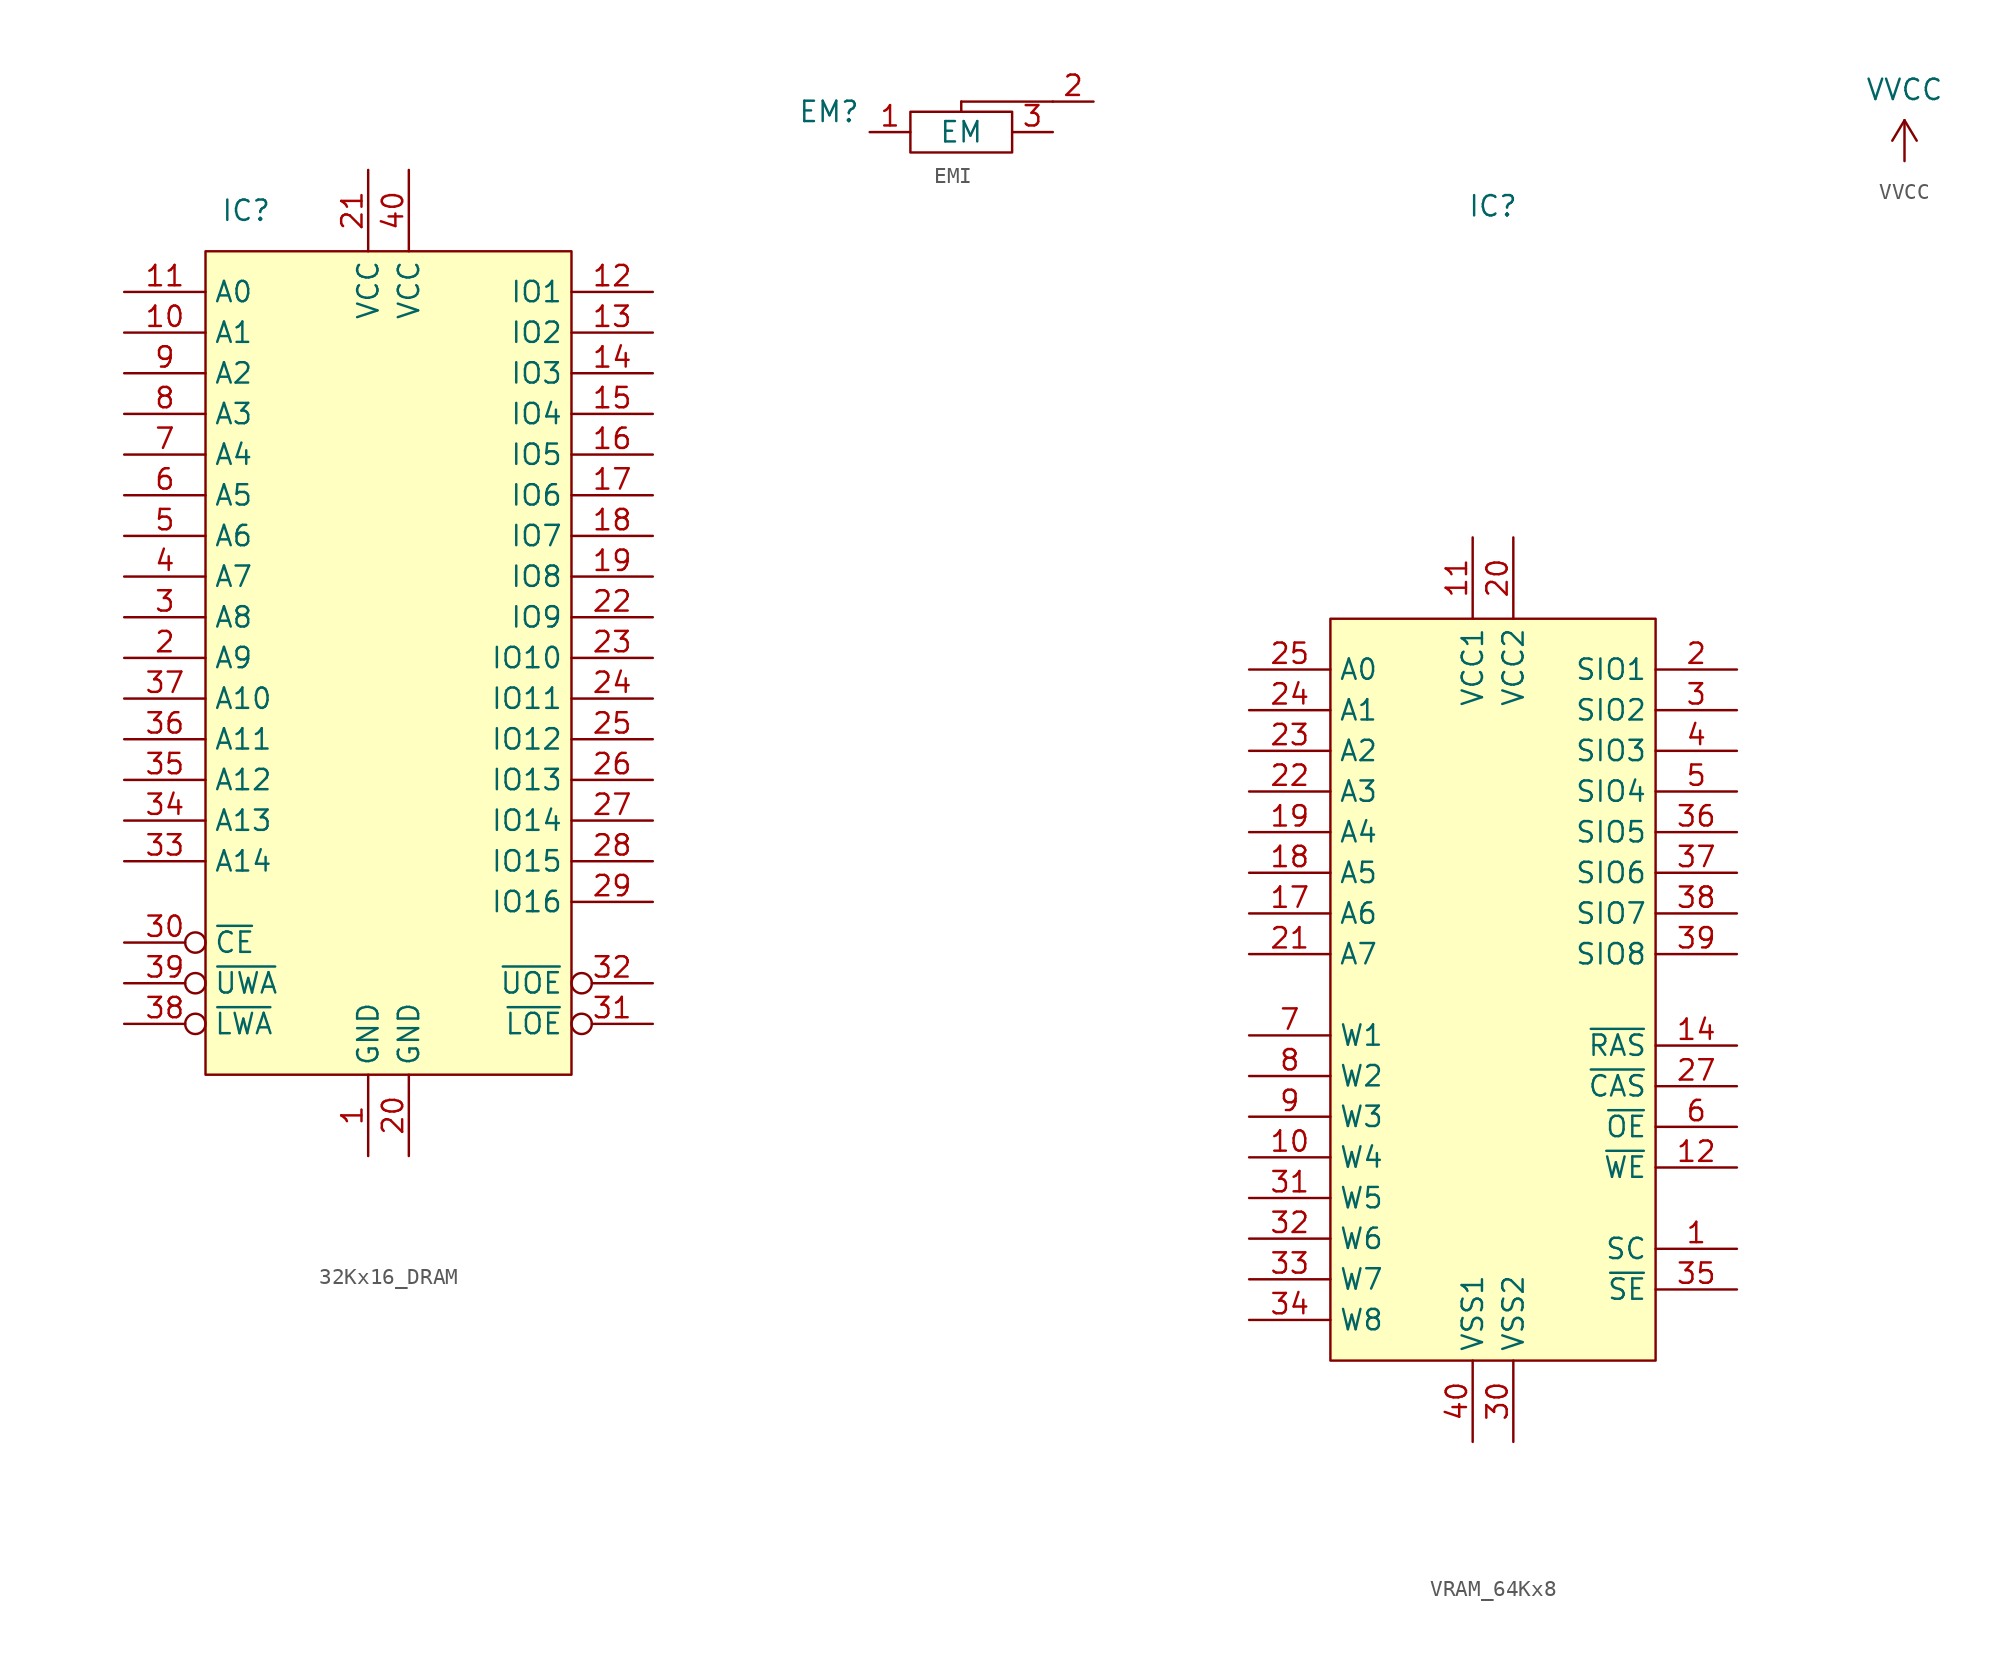
<source format=kicad_sym>
(kicad_symbol_lib
  (version 20241209)
  (generator "kicad_symbol_editor")
  (generator_version "9.0")
  (symbol "32Kx16_DRAM"
    (property "Reference" "IC"
      (at -8.89 22.225 0)
      (effects (font (size 1.27 1.27))))
    (property "Value" ""
      (at 0 0 0)
      (effects (font (size 1.27 1.27))))
    (symbol "32Kx16_DRAM_1_1"
      (rectangle (start -11.43 19.685) (end 11.43 -31.75) (stroke (width 0) (type default)) (fill (type background)))
      (pin input line (at -16.51 17.145 0) (length 5.08) (name "A0" (effects (font (size 1.27 1.27)))) (number "11" (effects (font (size 1.27 1.27)))))
      (pin input line (at -16.51 14.605 0) (length 5.08) (name "A1" (effects (font (size 1.27 1.27)))) (number "10" (effects (font (size 1.27 1.27)))))
      (pin input line (at -16.51 12.065 0) (length 5.08) (name "A2" (effects (font (size 1.27 1.27)))) (number "9" (effects (font (size 1.27 1.27)))))
      (pin input line (at -16.51 9.525 0) (length 5.08) (name "A3" (effects (font (size 1.27 1.27)))) (number "8" (effects (font (size 1.27 1.27)))))
      (pin input line (at -16.51 6.985 0) (length 5.08) (name "A4" (effects (font (size 1.27 1.27)))) (number "7" (effects (font (size 1.27 1.27)))))
      (pin input line (at -16.51 4.445 0) (length 5.08) (name "A5" (effects (font (size 1.27 1.27)))) (number "6" (effects (font (size 1.27 1.27)))))
      (pin input line (at -16.51 1.905 0) (length 5.08) (name "A6" (effects (font (size 1.27 1.27)))) (number "5" (effects (font (size 1.27 1.27)))))
      (pin input line (at -16.51 -0.635 0) (length 5.08) (name "A7" (effects (font (size 1.27 1.27)))) (number "4" (effects (font (size 1.27 1.27)))))
      (pin input line (at -16.51 -3.175 0) (length 5.08) (name "A8" (effects (font (size 1.27 1.27)))) (number "3" (effects (font (size 1.27 1.27)))))
      (pin input line (at -16.51 -5.715 0) (length 5.08) (name "A9" (effects (font (size 1.27 1.27)))) (number "2" (effects (font (size 1.27 1.27)))))
      (pin input line (at -16.51 -8.255 0) (length 5.08) (name "A10" (effects (font (size 1.27 1.27)))) (number "37" (effects (font (size 1.27 1.27)))))
      (pin input line (at -16.51 -10.795 0) (length 5.08) (name "A11" (effects (font (size 1.27 1.27)))) (number "36" (effects (font (size 1.27 1.27)))))
      (pin input line (at -16.51 -13.335 0) (length 5.08) (name "A12" (effects (font (size 1.27 1.27)))) (number "35" (effects (font (size 1.27 1.27)))))
      (pin input line (at -16.51 -15.875 0) (length 5.08) (name "A13" (effects (font (size 1.27 1.27)))) (number "34" (effects (font (size 1.27 1.27)))))
      (pin input line (at -16.51 -18.415 0) (length 5.08) (name "A14" (effects (font (size 1.27 1.27)))) (number "33" (effects (font (size 1.27 1.27)))))
      (pin input inverted (at -16.51 -23.495 0) (length 5.08) (name "~{CE}" (effects (font (size 1.27 1.27)))) (number "30" (effects (font (size 1.27 1.27)))))
      (pin input inverted (at -16.51 -26.035 0) (length 5.08) (name "~{UWA}" (effects (font (size 1.27 1.27)))) (number "39" (effects (font (size 1.27 1.27)))))
      (pin input inverted (at -16.51 -28.575 0) (length 5.08) (name "~{LWA}" (effects (font (size 1.27 1.27)))) (number "38" (effects (font (size 1.27 1.27)))))
      (pin power_in line (at -1.27 24.765 270) (length 5.08) (name "VCC" (effects (font (size 1.27 1.27)))) (number "21" (effects (font (size 1.27 1.27)))))
      (pin input line (at -1.27 -36.83 90) (length 5.08) (name "GND" (effects (font (size 1.27 1.27)))) (number "1" (effects (font (size 1.27 1.27)))))
      (pin power_in line (at 1.27 24.765 270) (length 5.08) (name "VCC" (effects (font (size 1.27 1.27)))) (number "40" (effects (font (size 1.27 1.27)))))
      (pin input line (at 1.27 -36.83 90) (length 5.08) (name "GND" (effects (font (size 1.27 1.27)))) (number "20" (effects (font (size 1.27 1.27)))))
      (pin bidirectional line (at 16.51 17.145 180) (length 5.08) (name "IO1" (effects (font (size 1.27 1.27)))) (number "12" (effects (font (size 1.27 1.27)))))
      (pin bidirectional line (at 16.51 14.605 180) (length 5.08) (name "IO2" (effects (font (size 1.27 1.27)))) (number "13" (effects (font (size 1.27 1.27)))))
      (pin bidirectional line (at 16.51 12.065 180) (length 5.08) (name "IO3" (effects (font (size 1.27 1.27)))) (number "14" (effects (font (size 1.27 1.27)))))
      (pin bidirectional line (at 16.51 9.525 180) (length 5.08) (name "IO4" (effects (font (size 1.27 1.27)))) (number "15" (effects (font (size 1.27 1.27)))))
      (pin bidirectional line (at 16.51 6.985 180) (length 5.08) (name "IO5" (effects (font (size 1.27 1.27)))) (number "16" (effects (font (size 1.27 1.27)))))
      (pin bidirectional line (at 16.51 4.445 180) (length 5.08) (name "IO6" (effects (font (size 1.27 1.27)))) (number "17" (effects (font (size 1.27 1.27)))))
      (pin bidirectional line (at 16.51 1.905 180) (length 5.08) (name "IO7" (effects (font (size 1.27 1.27)))) (number "18" (effects (font (size 1.27 1.27)))))
      (pin bidirectional line (at 16.51 -0.635 180) (length 5.08) (name "IO8" (effects (font (size 1.27 1.27)))) (number "19" (effects (font (size 1.27 1.27)))))
      (pin bidirectional line (at 16.51 -3.175 180) (length 5.08) (name "IO9" (effects (font (size 1.27 1.27)))) (number "22" (effects (font (size 1.27 1.27)))))
      (pin bidirectional line (at 16.51 -5.715 180) (length 5.08) (name "IO10" (effects (font (size 1.27 1.27)))) (number "23" (effects (font (size 1.27 1.27)))))
      (pin bidirectional line (at 16.51 -8.255 180) (length 5.08) (name "IO11" (effects (font (size 1.27 1.27)))) (number "24" (effects (font (size 1.27 1.27)))))
      (pin bidirectional line (at 16.51 -10.795 180) (length 5.08) (name "IO12" (effects (font (size 1.27 1.27)))) (number "25" (effects (font (size 1.27 1.27)))))
      (pin bidirectional line (at 16.51 -13.335 180) (length 5.08) (name "IO13" (effects (font (size 1.27 1.27)))) (number "26" (effects (font (size 1.27 1.27)))))
      (pin bidirectional line (at 16.51 -15.875 180) (length 5.08) (name "IO14" (effects (font (size 1.27 1.27)))) (number "27" (effects (font (size 1.27 1.27)))))
      (pin bidirectional line (at 16.51 -18.415 180) (length 5.08) (name "IO15" (effects (font (size 1.27 1.27)))) (number "28" (effects (font (size 1.27 1.27)))))
      (pin bidirectional line (at 16.51 -20.955 180) (length 5.08) (name "IO16" (effects (font (size 1.27 1.27)))) (number "29" (effects (font (size 1.27 1.27)))))
      (pin input inverted (at 16.51 -26.035 180) (length 5.08) (name "~{UOE}" (effects (font (size 1.27 1.27)))) (number "32" (effects (font (size 1.27 1.27)))))
      (pin input inverted (at 16.51 -28.575 180) (length 5.08) (name "~{LOE}" (effects (font (size 1.27 1.27)))) (number "31" (effects (font (size 1.27 1.27)))))))
  (symbol "EMI"
    (property "Reference" "EM"
      (at -8.255 1.27 0)
      (effects (font (size 1.27 1.27))))
    (property "Value" "EM"
      (at 0 0 0)
      (effects (font (size 1.27 1.27))))
    (symbol "EMI_0_1"
      (rectangle (start -3.175 1.27) (end 3.175 -1.27) (stroke (width 0) (type default)) (fill (type none)))
      (polyline (pts (xy 0 1.905) (xy 5.715 1.905)) (stroke (width 0) (type default)) (fill (type none)))
      (polyline (pts (xy 0 1.27) (xy 0 1.905)) (stroke (width 0) (type default)) (fill (type none))))
    (symbol "EMI_1_1"
      (pin input line (at -5.715 0 0) (length 2.54) (name "" (effects (font (size 1.27 1.27)))) (number "1" (effects (font (size 1.27 1.27)))))
      (pin input line (at 5.715 0 180) (length 2.54) (name "" (effects (font (size 1.27 1.27)))) (number "3" (effects (font (size 1.27 1.27)))))
      (pin input line (at 8.255 1.905 180) (length 2.54) (name "" (effects (font (size 1.27 1.27)))) (number "2" (effects (font (size 1.27 1.27)))))))
  (symbol "VRAM_64Kx8"
    (property "Reference" "IC"
      (at 0 49.276 0)
      (effects (font (size 1.27 1.27))))
    (property "Value" ""
      (at 0.635 -3.175 0)
      (effects (font (size 1.27 1.27))))
    (symbol "VRAM_64Kx8_1_1"
      (rectangle (start -10.16 23.495) (end 10.16 -22.86) (stroke (width 0) (type default)) (fill (type background)))
      (pin input line (at -15.24 20.32 0) (length 5.08) (name "A0" (effects (font (size 1.27 1.27)))) (number "25" (effects (font (size 1.27 1.27)))))
      (pin input line (at -15.24 17.78 0) (length 5.08) (name "A1" (effects (font (size 1.27 1.27)))) (number "24" (effects (font (size 1.27 1.27)))))
      (pin input line (at -15.24 15.24 0) (length 5.08) (name "A2" (effects (font (size 1.27 1.27)))) (number "23" (effects (font (size 1.27 1.27)))))
      (pin input line (at -15.24 12.7 0) (length 5.08) (name "A3" (effects (font (size 1.27 1.27)))) (number "22" (effects (font (size 1.27 1.27)))))
      (pin input line (at -15.24 10.16 0) (length 5.08) (name "A4" (effects (font (size 1.27 1.27)))) (number "19" (effects (font (size 1.27 1.27)))))
      (pin input line (at -15.24 7.62 0) (length 5.08) (name "A5" (effects (font (size 1.27 1.27)))) (number "18" (effects (font (size 1.27 1.27)))))
      (pin input line (at -15.24 5.08 0) (length 5.08) (name "A6" (effects (font (size 1.27 1.27)))) (number "17" (effects (font (size 1.27 1.27)))))
      (pin input line (at -15.24 2.54 0) (length 5.08) (name "A7" (effects (font (size 1.27 1.27)))) (number "21" (effects (font (size 1.27 1.27)))))
      (pin input line (at -15.24 -2.54 0) (length 5.08) (name "W1" (effects (font (size 1.27 1.27)))) (number "7" (effects (font (size 1.27 1.27)))))
      (pin input line (at -15.24 -5.08 0) (length 5.08) (name "W2" (effects (font (size 1.27 1.27)))) (number "8" (effects (font (size 1.27 1.27)))))
      (pin input line (at -15.24 -7.62 0) (length 5.08) (name "W3" (effects (font (size 1.27 1.27)))) (number "9" (effects (font (size 1.27 1.27)))))
      (pin input line (at -15.24 -10.16 0) (length 5.08) (name "W4" (effects (font (size 1.27 1.27)))) (number "10" (effects (font (size 1.27 1.27)))))
      (pin input line (at -15.24 -12.7 0) (length 5.08) (name "W5" (effects (font (size 1.27 1.27)))) (number "31" (effects (font (size 1.27 1.27)))))
      (pin input line (at -15.24 -15.24 0) (length 5.08) (name "W6" (effects (font (size 1.27 1.27)))) (number "32" (effects (font (size 1.27 1.27)))))
      (pin input line (at -15.24 -17.78 0) (length 5.08) (name "W7" (effects (font (size 1.27 1.27)))) (number "33" (effects (font (size 1.27 1.27)))))
      (pin input line (at -15.24 -20.32 0) (length 5.08) (name "W8" (effects (font (size 1.27 1.27)))) (number "34" (effects (font (size 1.27 1.27)))))
      (pin no_connect line (at -8.89 -27.94 90) (length 5.08) (hide yes) (name "NC" (effects (font (size 1.27 1.27)))) (number "13" (effects (font (size 1.27 1.27)))))
      (pin no_connect line (at -6.35 -27.94 90) (length 5.08) (hide yes) (name "NC" (effects (font (size 1.27 1.27)))) (number "15" (effects (font (size 1.27 1.27)))))
      (pin no_connect line (at -3.81 -27.94 90) (length 5.08) (hide yes) (name "NC" (effects (font (size 1.27 1.27)))) (number "16" (effects (font (size 1.27 1.27)))))
      (pin input line (at -1.27 28.575 270) (length 5.08) (name "VCC1" (effects (font (size 1.27 1.27)))) (number "11" (effects (font (size 1.27 1.27)))))
      (pin input line (at -1.27 -27.94 90) (length 5.08) (name "VSS1" (effects (font (size 1.27 1.27)))) (number "40" (effects (font (size 1.27 1.27)))))
      (pin input line (at 1.27 28.575 270) (length 5.08) (name "VCC2" (effects (font (size 1.27 1.27)))) (number "20" (effects (font (size 1.27 1.27)))))
      (pin input line (at 1.27 -27.94 90) (length 5.08) (name "VSS2" (effects (font (size 1.27 1.27)))) (number "30" (effects (font (size 1.27 1.27)))))
      (pin no_connect line (at 3.81 -27.94 90) (length 5.08) (hide yes) (name "NC" (effects (font (size 1.27 1.27)))) (number "26" (effects (font (size 1.27 1.27)))))
      (pin no_connect line (at 6.35 -27.94 90) (length 5.08) (hide yes) (name "NC" (effects (font (size 1.27 1.27)))) (number "28" (effects (font (size 1.27 1.27)))))
      (pin no_connect line (at 8.89 -27.94 90) (length 5.08) (hide yes) (name "NC" (effects (font (size 1.27 1.27)))) (number "29" (effects (font (size 1.27 1.27)))))
      (pin input line (at 15.24 20.32 180) (length 5.08) (name "SIO1" (effects (font (size 1.27 1.27)))) (number "2" (effects (font (size 1.27 1.27)))))
      (pin input line (at 15.24 17.78 180) (length 5.08) (name "SIO2" (effects (font (size 1.27 1.27)))) (number "3" (effects (font (size 1.27 1.27)))))
      (pin input line (at 15.24 15.24 180) (length 5.08) (name "SIO3" (effects (font (size 1.27 1.27)))) (number "4" (effects (font (size 1.27 1.27)))))
      (pin input line (at 15.24 12.7 180) (length 5.08) (name "SIO4" (effects (font (size 1.27 1.27)))) (number "5" (effects (font (size 1.27 1.27)))))
      (pin input line (at 15.24 10.16 180) (length 5.08) (name "SIO5" (effects (font (size 1.27 1.27)))) (number "36" (effects (font (size 1.27 1.27)))))
      (pin input line (at 15.24 7.62 180) (length 5.08) (name "SIO6" (effects (font (size 1.27 1.27)))) (number "37" (effects (font (size 1.27 1.27)))))
      (pin input line (at 15.24 5.08 180) (length 5.08) (name "SIO7" (effects (font (size 1.27 1.27)))) (number "38" (effects (font (size 1.27 1.27)))))
      (pin input line (at 15.24 2.54 180) (length 5.08) (name "SIO8" (effects (font (size 1.27 1.27)))) (number "39" (effects (font (size 1.27 1.27)))))
      (pin input line (at 15.24 -3.175 180) (length 5.08) (name "~{RAS}" (effects (font (size 1.27 1.27)))) (number "14" (effects (font (size 1.27 1.27)))))
      (pin input line (at 15.24 -5.715 180) (length 5.08) (name "~{CAS}" (effects (font (size 1.27 1.27)))) (number "27" (effects (font (size 1.27 1.27)))))
      (pin input line (at 15.24 -8.255 180) (length 5.08) (name "~{OE}" (effects (font (size 1.27 1.27)))) (number "6" (effects (font (size 1.27 1.27)))))
      (pin input line (at 15.24 -10.795 180) (length 5.08) (name "~{WE}" (effects (font (size 1.27 1.27)))) (number "12" (effects (font (size 1.27 1.27)))))
      (pin input line (at 15.24 -15.875 180) (length 5.08) (name "SC" (effects (font (size 1.27 1.27)))) (number "1" (effects (font (size 1.27 1.27)))))
      (pin input line (at 15.24 -18.415 180) (length 5.08) (name "~{SE}" (effects (font (size 1.27 1.27)))) (number "35" (effects (font (size 1.27 1.27)))))))
  (symbol "VVCC"
    (power)
    (pin_names
      (offset 0))
    (property "Reference" "#PWR01"
      (at 0 -3.81 0)
      (effects (font (size 1.27 1.27)) (hide yes)))
    (property "Value" "VVCC"
      (at 0 4.445 0)
      (effects (font (size 1.27 1.27))))
    (symbol "VVCC_0_1"
      (polyline (pts (xy -0.762 1.27) (xy 0 2.54)) (stroke (width 0) (type default)) (fill (type none)))
      (polyline (pts (xy 0 2.54) (xy 0.762 1.27)) (stroke (width 0) (type default)) (fill (type none)))
      (polyline (pts (xy 0 0) (xy 0 2.54)) (stroke (width 0) (type default)) (fill (type none))))
    (symbol "VVCC_1_1"
      (pin power_in line (at 0 0 90) (length 0) (hide yes) (name "VVCC" (effects (font (size 1.27 1.27)))) (number "1" (effects (font (size 1.27 1.27))))))))
</source>
